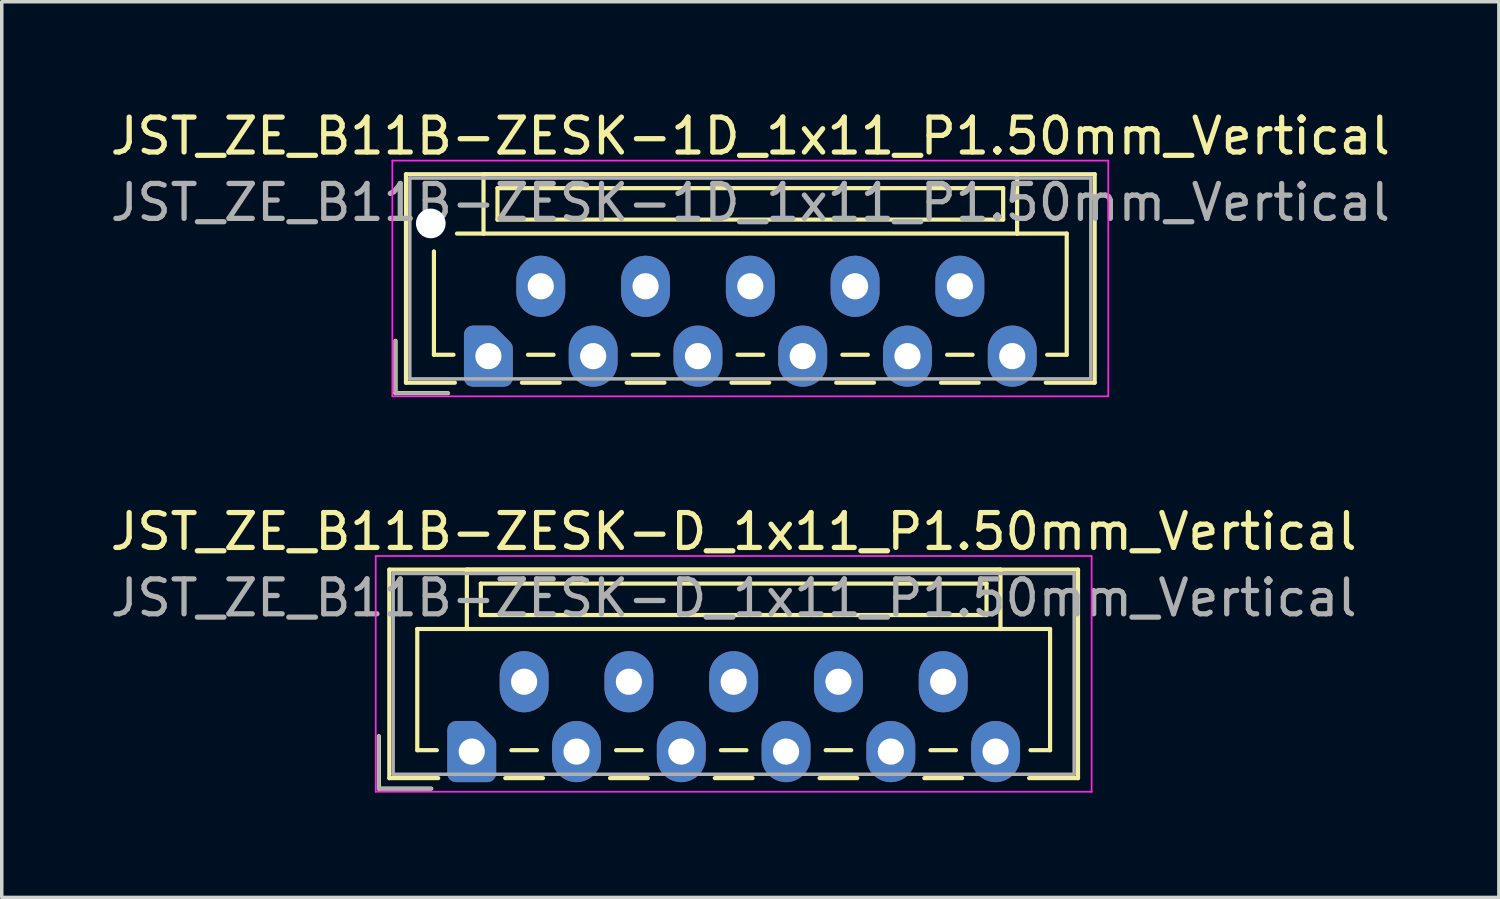
<source format=kicad_pcb>
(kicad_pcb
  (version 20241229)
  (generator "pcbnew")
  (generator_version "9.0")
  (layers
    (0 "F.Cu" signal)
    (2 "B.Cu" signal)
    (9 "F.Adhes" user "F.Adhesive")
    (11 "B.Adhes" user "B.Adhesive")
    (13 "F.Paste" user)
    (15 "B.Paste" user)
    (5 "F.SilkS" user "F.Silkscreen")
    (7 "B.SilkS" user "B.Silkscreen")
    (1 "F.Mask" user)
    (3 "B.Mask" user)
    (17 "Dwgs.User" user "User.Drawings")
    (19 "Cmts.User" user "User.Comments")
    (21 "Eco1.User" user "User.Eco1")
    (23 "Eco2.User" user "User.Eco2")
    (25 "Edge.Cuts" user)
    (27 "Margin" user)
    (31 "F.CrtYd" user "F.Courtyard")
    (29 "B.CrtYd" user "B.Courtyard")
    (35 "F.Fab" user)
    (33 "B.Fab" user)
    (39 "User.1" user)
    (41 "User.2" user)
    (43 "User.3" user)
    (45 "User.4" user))
  (footprint "JST_ZE_B11B-ZESK-D_1x11_P1.50mm_Vertical"
    (layer "F.Cu")
    (at 10.458 18.471)
    (property "Reference" "JST_ZE_B11B-ZESK-D_1x11_P1.50mm_Vertical" (at 7.5 -6.3 0) (layer "F.SilkS") (effects (font (size 1 1) (thickness 0.15))))
    (attr through_hole)
    (fp_line (start -2.66 -0.44) (end -2.66 1.06) (stroke (width 0.12) (type solid)) (layer "F.SilkS"))
    (fp_line (start -2.66 1.06) (end -1.16 1.06) (stroke (width 0.12) (type solid)) (layer "F.SilkS"))
    (fp_line (start -2.36 -5.21) (end 17.36 -5.21) (stroke (width 0.12) (type solid)) (layer "F.SilkS"))
    (fp_line (start -2.36 0.76) (end -2.36 -5.21) (stroke (width 0.12) (type solid)) (layer "F.SilkS"))
    (fp_line (start -1.56 -3.51) (end -1.56 -0.04) (stroke (width 0.12) (type solid)) (layer "F.SilkS"))
    (fp_line (start -1.56 -0.04) (end -1 -0.04) (stroke (width 0.12) (type solid)) (layer "F.SilkS"))
    (fp_line (start -0.96 0.76) (end -2.36 0.76) (stroke (width 0.12) (type solid)) (layer "F.SilkS"))
    (fp_line (start -0.14 -5.21) (end -0.14 -3.51) (stroke (width 0.12) (type solid)) (layer "F.SilkS"))
    (fp_line (start -0.14 -3.51) (end -1.56 -3.51) (stroke (width 0.12) (type solid)) (layer "F.SilkS"))
    (fp_line (start -0.14 -3.51) (end 15.14 -3.51) (stroke (width 0.12) (type solid)) (layer "F.SilkS"))
    (fp_line (start 0.26 -4.81) (end 0.26 -3.91) (stroke (width 0.12) (type solid)) (layer "F.SilkS"))
    (fp_line (start 0.26 -3.91) (end 14.74 -3.91) (stroke (width 0.12) (type solid)) (layer "F.SilkS"))
    (fp_line (start 0.96 0.76) (end 2.04 0.76) (stroke (width 0.12) (type solid)) (layer "F.SilkS"))
    (fp_line (start 1.135 -0.04) (end 1.865 -0.04) (stroke (width 0.12) (type solid)) (layer "F.SilkS"))
    (fp_line (start 3.96 0.76) (end 5.04 0.76) (stroke (width 0.12) (type solid)) (layer "F.SilkS"))
    (fp_line (start 4.135 -0.04) (end 4.865 -0.04) (stroke (width 0.12) (type solid)) (layer "F.SilkS"))
    (fp_line (start 6.96 0.76) (end 8.04 0.76) (stroke (width 0.12) (type solid)) (layer "F.SilkS"))
    (fp_line (start 7.135 -0.04) (end 7.865 -0.04) (stroke (width 0.12) (type solid)) (layer "F.SilkS"))
    (fp_line (start 9.96 0.76) (end 11.04 0.76) (stroke (width 0.12) (type solid)) (layer "F.SilkS"))
    (fp_line (start 10.135 -0.04) (end 10.865 -0.04) (stroke (width 0.12) (type solid)) (layer "F.SilkS"))
    (fp_line (start 12.96 0.76) (end 14.04 0.76) (stroke (width 0.12) (type solid)) (layer "F.SilkS"))
    (fp_line (start 13.135 -0.04) (end 13.865 -0.04) (stroke (width 0.12) (type solid)) (layer "F.SilkS"))
    (fp_line (start 14.74 -4.81) (end 0.26 -4.81) (stroke (width 0.12) (type solid)) (layer "F.SilkS"))
    (fp_line (start 14.74 -3.91) (end 14.74 -4.81) (stroke (width 0.12) (type solid)) (layer "F.SilkS"))
    (fp_line (start 15.14 -5.21) (end -0.14 -5.21) (stroke (width 0.12) (type solid)) (layer "F.SilkS"))
    (fp_line (start 15.14 -3.51) (end 15.14 -5.21) (stroke (width 0.12) (type solid)) (layer "F.SilkS"))
    (fp_line (start 15.14 -3.51) (end 16.56 -3.51) (stroke (width 0.12) (type solid)) (layer "F.SilkS"))
    (fp_line (start 16.56 -3.51) (end 16.56 -0.04) (stroke (width 0.12) (type solid)) (layer "F.SilkS"))
    (fp_line (start 16.56 -0.04) (end 16 -0.04) (stroke (width 0.12) (type solid)) (layer "F.SilkS"))
    (fp_line (start 17.36 -5.21) (end 17.36 0.76) (stroke (width 0.12) (type solid)) (layer "F.SilkS"))
    (fp_line (start 17.36 0.76) (end 15.96 0.76) (stroke (width 0.12) (type solid)) (layer "F.SilkS"))
    (fp_line (start -2.75 -5.6) (end -2.75 1.15) (stroke (width 0.05) (type solid)) (layer "F.CrtYd"))
    (fp_line (start -2.75 1.15) (end 17.75 1.15) (stroke (width 0.05) (type solid)) (layer "F.CrtYd"))
    (fp_line (start 17.75 -5.6) (end -2.75 -5.6) (stroke (width 0.05) (type solid)) (layer "F.CrtYd"))
    (fp_line (start 17.75 1.15) (end 17.75 -5.6) (stroke (width 0.05) (type solid)) (layer "F.CrtYd"))
    (fp_line (start -2.66 -0.44) (end -2.66 1.06) (stroke (width 0.1) (type solid)) (layer "F.Fab"))
    (fp_line (start -2.66 1.06) (end -1.16 1.06) (stroke (width 0.1) (type solid)) (layer "F.Fab"))
    (fp_line (start -2.25 -5.1) (end -2.25 0.65) (stroke (width 0.1) (type solid)) (layer "F.Fab"))
    (fp_line (start -2.25 0.65) (end 17.25 0.65) (stroke (width 0.1) (type solid)) (layer "F.Fab"))
    (fp_line (start 17.25 -5.1) (end -2.25 -5.1) (stroke (width 0.1) (type solid)) (layer "F.Fab"))
    (fp_line (start 17.25 0.65) (end 17.25 -5.1) (stroke (width 0.1) (type solid)) (layer "F.Fab"))
    (fp_text user "${REFERENCE}" (at 7.5 -4.4 0) (layer "F.Fab") (effects (font (size 1 1) (thickness 0.15))))
    (pad "1" thru_hole custom (at 0 0) (size 1.117 1.117) (drill 0.75) (layers "*.Cu" "*.Mask") (options (anchor circle)) (primitives (gr_poly (pts (xy -0.45 -0.625) (xy 0.05 -0.625) (xy 0.45 -0.225) (xy 0.45 0.625) (xy -0.45 0.625)) (width 0.5) (fill yes))))
    (pad "2" thru_hole oval (at 1.5 -2) (size 1.4 1.75) (drill 0.75) (layers "*.Cu" "*.Mask"))
    (pad "3" thru_hole oval (at 3 0) (size 1.4 1.75) (drill 0.75) (layers "*.Cu" "*.Mask"))
    (pad "4" thru_hole oval (at 4.5 -2) (size 1.4 1.75) (drill 0.75) (layers "*.Cu" "*.Mask"))
    (pad "5" thru_hole oval (at 6 0) (size 1.4 1.75) (drill 0.75) (layers "*.Cu" "*.Mask"))
    (pad "6" thru_hole oval (at 7.5 -2) (size 1.4 1.75) (drill 0.75) (layers "*.Cu" "*.Mask"))
    (pad "7" thru_hole oval (at 9 0) (size 1.4 1.75) (drill 0.75) (layers "*.Cu" "*.Mask"))
    (pad "8" thru_hole oval (at 10.5 -2) (size 1.4 1.75) (drill 0.75) (layers "*.Cu" "*.Mask"))
    (pad "9" thru_hole oval (at 12 0) (size 1.4 1.75) (drill 0.75) (layers "*.Cu" "*.Mask"))
    (pad "10" thru_hole oval (at 13.5 -2) (size 1.4 1.75) (drill 0.75) (layers "*.Cu" "*.Mask"))
    (pad "11" thru_hole oval (at 15 0) (size 1.4 1.75) (drill 0.75) (layers "*.Cu" "*.Mask")))
  (footprint "JST_ZE_B11B-ZESK-1D_1x11_P1.50mm_Vertical"
    (layer "F.Cu")
    (at 10.935 7.148)
    (property "Reference" "JST_ZE_B11B-ZESK-1D_1x11_P1.50mm_Vertical" (at 7.5 -6.3 0) (layer "F.SilkS") (effects (font (size 1 1) (thickness 0.15))))
    (attr through_hole)
    (fp_line (start -2.66 -0.44) (end -2.66 1.06) (stroke (width 0.12) (type solid)) (layer "F.SilkS"))
    (fp_line (start -2.66 1.06) (end -1.16 1.06) (stroke (width 0.12) (type solid)) (layer "F.SilkS"))
    (fp_line (start -2.36 -5.21) (end 17.36 -5.21) (stroke (width 0.12) (type solid)) (layer "F.SilkS"))
    (fp_line (start -2.36 0.76) (end -2.36 -5.21) (stroke (width 0.12) (type solid)) (layer "F.SilkS"))
    (fp_line (start -1.56 -3) (end -1.56 -0.04) (stroke (width 0.12) (type solid)) (layer "F.SilkS"))
    (fp_line (start -1.56 -0.04) (end -1 -0.04) (stroke (width 0.12) (type solid)) (layer "F.SilkS"))
    (fp_line (start -0.96 0.76) (end -2.36 0.76) (stroke (width 0.12) (type solid)) (layer "F.SilkS"))
    (fp_line (start -0.14 -5.21) (end -0.14 -3.51) (stroke (width 0.12) (type solid)) (layer "F.SilkS"))
    (fp_line (start -0.14 -3.51) (end -0.9 -3.51) (stroke (width 0.12) (type solid)) (layer "F.SilkS"))
    (fp_line (start -0.14 -3.51) (end 15.14 -3.51) (stroke (width 0.12) (type solid)) (layer "F.SilkS"))
    (fp_line (start 0.26 -4.81) (end 0.26 -3.91) (stroke (width 0.12) (type solid)) (layer "F.SilkS"))
    (fp_line (start 0.26 -3.91) (end 14.74 -3.91) (stroke (width 0.12) (type solid)) (layer "F.SilkS"))
    (fp_line (start 0.96 0.76) (end 2.04 0.76) (stroke (width 0.12) (type solid)) (layer "F.SilkS"))
    (fp_line (start 1.135 -0.04) (end 1.865 -0.04) (stroke (width 0.12) (type solid)) (layer "F.SilkS"))
    (fp_line (start 3.96 0.76) (end 5.04 0.76) (stroke (width 0.12) (type solid)) (layer "F.SilkS"))
    (fp_line (start 4.135 -0.04) (end 4.865 -0.04) (stroke (width 0.12) (type solid)) (layer "F.SilkS"))
    (fp_line (start 6.96 0.76) (end 8.04 0.76) (stroke (width 0.12) (type solid)) (layer "F.SilkS"))
    (fp_line (start 7.135 -0.04) (end 7.865 -0.04) (stroke (width 0.12) (type solid)) (layer "F.SilkS"))
    (fp_line (start 9.96 0.76) (end 11.04 0.76) (stroke (width 0.12) (type solid)) (layer "F.SilkS"))
    (fp_line (start 10.135 -0.04) (end 10.865 -0.04) (stroke (width 0.12) (type solid)) (layer "F.SilkS"))
    (fp_line (start 12.96 0.76) (end 14.04 0.76) (stroke (width 0.12) (type solid)) (layer "F.SilkS"))
    (fp_line (start 13.135 -0.04) (end 13.865 -0.04) (stroke (width 0.12) (type solid)) (layer "F.SilkS"))
    (fp_line (start 14.74 -4.81) (end 0.26 -4.81) (stroke (width 0.12) (type solid)) (layer "F.SilkS"))
    (fp_line (start 14.74 -3.91) (end 14.74 -4.81) (stroke (width 0.12) (type solid)) (layer "F.SilkS"))
    (fp_line (start 15.14 -5.21) (end -0.14 -5.21) (stroke (width 0.12) (type solid)) (layer "F.SilkS"))
    (fp_line (start 15.14 -3.51) (end 15.14 -5.21) (stroke (width 0.12) (type solid)) (layer "F.SilkS"))
    (fp_line (start 15.14 -3.51) (end 16.56 -3.51) (stroke (width 0.12) (type solid)) (layer "F.SilkS"))
    (fp_line (start 16.56 -3.51) (end 16.56 -0.04) (stroke (width 0.12) (type solid)) (layer "F.SilkS"))
    (fp_line (start 16.56 -0.04) (end 16 -0.04) (stroke (width 0.12) (type solid)) (layer "F.SilkS"))
    (fp_line (start 17.36 -5.21) (end 17.36 0.76) (stroke (width 0.12) (type solid)) (layer "F.SilkS"))
    (fp_line (start 17.36 0.76) (end 15.96 0.76) (stroke (width 0.12) (type solid)) (layer "F.SilkS"))
    (fp_line (start -2.75 -5.6) (end -2.75 1.15) (stroke (width 0.05) (type solid)) (layer "F.CrtYd"))
    (fp_line (start -2.75 1.15) (end 17.75 1.15) (stroke (width 0.05) (type solid)) (layer "F.CrtYd"))
    (fp_line (start 17.75 -5.6) (end -2.75 -5.6) (stroke (width 0.05) (type solid)) (layer "F.CrtYd"))
    (fp_line (start 17.75 1.15) (end 17.75 -5.6) (stroke (width 0.05) (type solid)) (layer "F.CrtYd"))
    (fp_line (start -2.66 -0.44) (end -2.66 1.06) (stroke (width 0.1) (type solid)) (layer "F.Fab"))
    (fp_line (start -2.66 1.06) (end -1.16 1.06) (stroke (width 0.1) (type solid)) (layer "F.Fab"))
    (fp_line (start -2.25 -5.1) (end -2.25 0.65) (stroke (width 0.1) (type solid)) (layer "F.Fab"))
    (fp_line (start -2.25 0.65) (end 17.25 0.65) (stroke (width 0.1) (type solid)) (layer "F.Fab"))
    (fp_line (start 17.25 -5.1) (end -2.25 -5.1) (stroke (width 0.1) (type solid)) (layer "F.Fab"))
    (fp_line (start 17.25 0.65) (end 17.25 -5.1) (stroke (width 0.1) (type solid)) (layer "F.Fab"))
    (fp_text user "${REFERENCE}" (at 7.5 -4.4 0) (layer "F.Fab") (effects (font (size 1 1) (thickness 0.15))))
    (pad "" np_thru_hole circle (at -1.65 -3.8) (size 0.85 0.85) (drill 0.85) (layers "*.Cu" "*.Mask"))
    (pad "1" thru_hole custom (at 0 0) (size 1.117 1.117) (drill 0.75) (layers "*.Cu" "*.Mask") (options (anchor circle)) (primitives (gr_poly (pts (xy -0.45 -0.625) (xy 0.05 -0.625) (xy 0.45 -0.225) (xy 0.45 0.625) (xy -0.45 0.625)) (width 0.5) (fill yes))))
    (pad "2" thru_hole oval (at 1.5 -2) (size 1.4 1.75) (drill 0.75) (layers "*.Cu" "*.Mask"))
    (pad "3" thru_hole oval (at 3 0) (size 1.4 1.75) (drill 0.75) (layers "*.Cu" "*.Mask"))
    (pad "4" thru_hole oval (at 4.5 -2) (size 1.4 1.75) (drill 0.75) (layers "*.Cu" "*.Mask"))
    (pad "5" thru_hole oval (at 6 0) (size 1.4 1.75) (drill 0.75) (layers "*.Cu" "*.Mask"))
    (pad "6" thru_hole oval (at 7.5 -2) (size 1.4 1.75) (drill 0.75) (layers "*.Cu" "*.Mask"))
    (pad "7" thru_hole oval (at 9 0) (size 1.4 1.75) (drill 0.75) (layers "*.Cu" "*.Mask"))
    (pad "8" thru_hole oval (at 10.5 -2) (size 1.4 1.75) (drill 0.75) (layers "*.Cu" "*.Mask"))
    (pad "9" thru_hole oval (at 12 0) (size 1.4 1.75) (drill 0.75) (layers "*.Cu" "*.Mask"))
    (pad "10" thru_hole oval (at 13.5 -2) (size 1.4 1.75) (drill 0.75) (layers "*.Cu" "*.Mask"))
    (pad "11" thru_hole oval (at 15 0) (size 1.4 1.75) (drill 0.75) (layers "*.Cu" "*.Mask")))
  (gr_rect
    (start -3 -3)
    (end 39.869 22.646)
    (stroke (width 0.1) (type default))
    (fill no)
    (layer "Edge.Cuts")))
</source>
